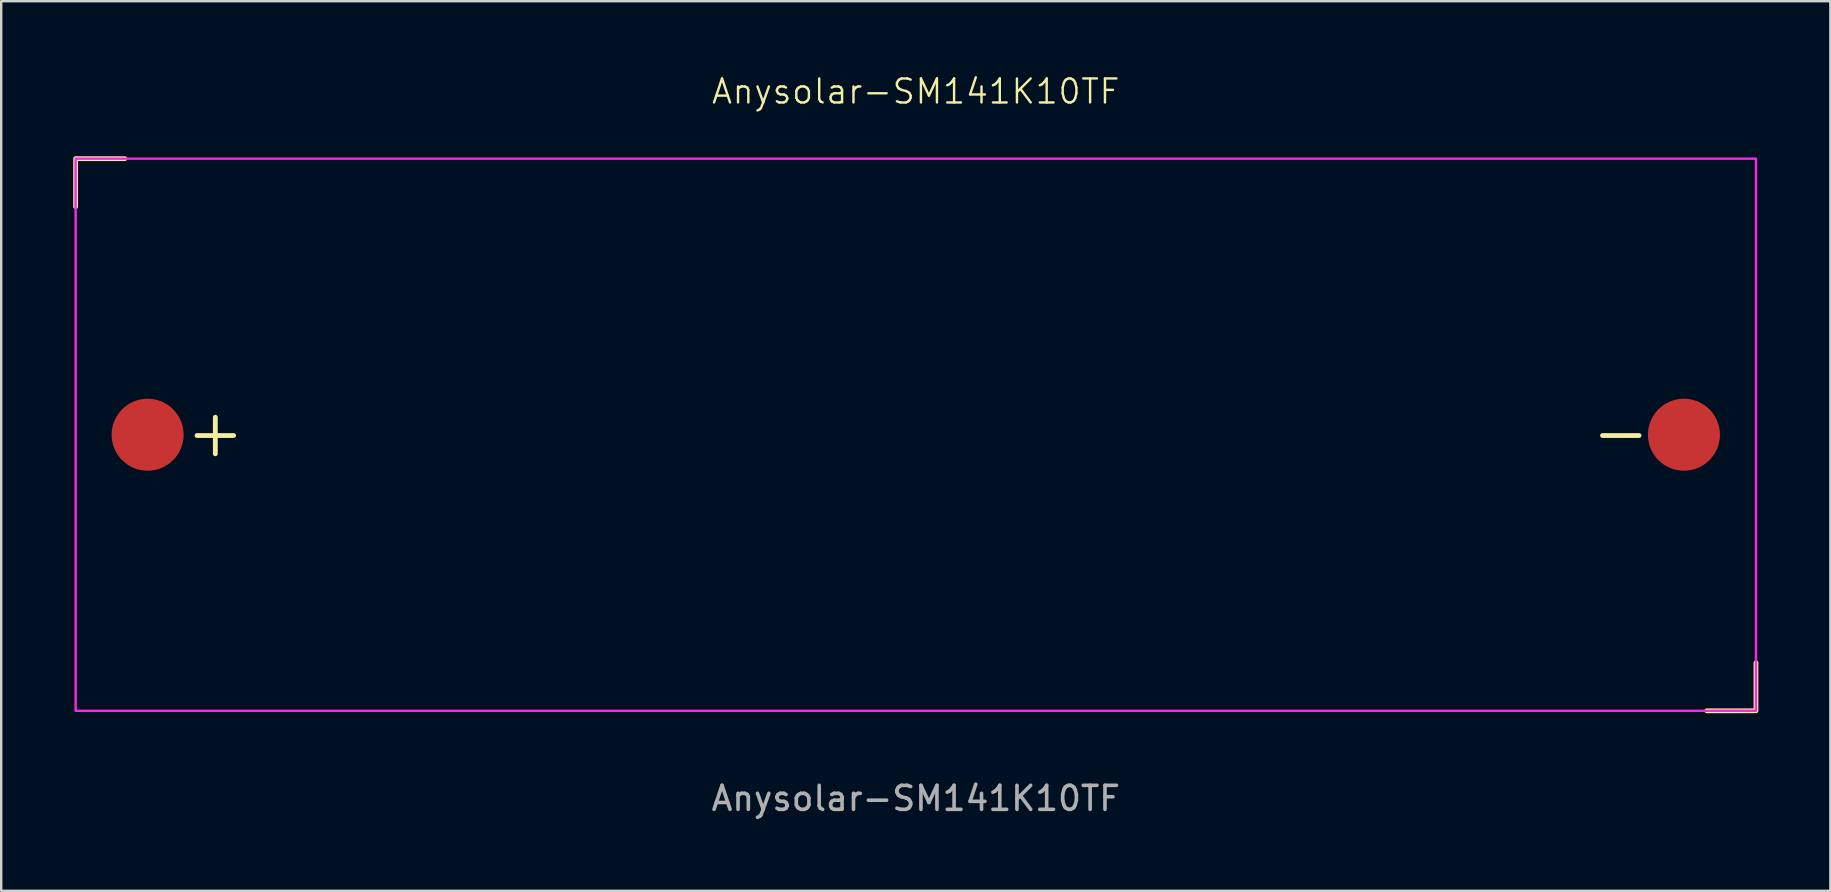
<source format=kicad_pcb>
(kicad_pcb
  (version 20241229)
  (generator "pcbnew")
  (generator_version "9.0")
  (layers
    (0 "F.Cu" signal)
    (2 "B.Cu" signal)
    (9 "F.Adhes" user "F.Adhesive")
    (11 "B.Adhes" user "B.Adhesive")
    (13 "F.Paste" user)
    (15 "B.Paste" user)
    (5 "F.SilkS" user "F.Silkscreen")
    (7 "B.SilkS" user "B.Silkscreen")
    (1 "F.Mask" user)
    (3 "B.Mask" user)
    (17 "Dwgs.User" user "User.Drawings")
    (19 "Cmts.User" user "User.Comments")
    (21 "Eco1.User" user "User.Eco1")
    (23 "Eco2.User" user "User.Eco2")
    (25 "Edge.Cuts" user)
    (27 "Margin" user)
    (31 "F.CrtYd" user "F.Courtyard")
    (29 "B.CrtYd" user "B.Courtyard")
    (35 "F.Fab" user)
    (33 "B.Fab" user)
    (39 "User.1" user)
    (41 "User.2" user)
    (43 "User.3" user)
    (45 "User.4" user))
  (footprint "Anysolar-SM141K10TF"
    (layer "F.Cu")
    (at 35.1 15.06)
    (property "Reference" "Anysolar-SM141K10TF" (at 0 -14.3 0) (unlocked yes) (layer "F.SilkS") (effects (font (size 1 1) (thickness 0.1))))
    (attr smd)
    (fp_line (start -35 -9.5) (end -35 -11.5) (stroke (width 0.2) (type default)) (layer "F.SilkS"))
    (fp_line (start -32.95 -11.5) (end -34.95 -11.5) (stroke (width 0.2) (type default)) (layer "F.SilkS"))
    (fp_line (start 32.95 11.5) (end 34.95 11.5) (stroke (width 0.2) (type default)) (layer "F.SilkS"))
    (fp_line (start 35 9.5) (end 35 11.5) (stroke (width 0.2) (type default)) (layer "F.SilkS"))
    (fp_rect (start -35 -11.5) (end 35 11.5) (stroke (width 0.1) (type default)) (fill no) (layer "F.CrtYd"))
    (fp_text user "+" (at -30.55 1.05 0) (unlocked yes) (layer "F.SilkS") (effects (font (size 2 2) (thickness 0.2)) (justify left bottom)))
    (fp_text user "-" (at 28 1.05 0) (unlocked yes) (layer "F.SilkS") (effects (font (size 2 2) (thickness 0.2)) (justify left bottom)))
    (fp_text user "${REFERENCE}" (at 0 15.15 0) (unlocked yes) (layer "F.Fab") (effects (font (size 1 1) (thickness 0.15))))
    (pad "1" smd circle (at -32 0) (size 3 3) (layers "F.Cu" "F.Mask" "F.Paste"))
    (pad "2" smd circle (at 32 0) (size 3 3) (layers "F.Cu" "F.Mask" "F.Paste")))
  (gr_rect
    (start -3 -3)
    (end 73.2 34.059)
    (stroke (width 0.1) (type default))
    (fill no)
    (layer "Edge.Cuts")))
</source>
